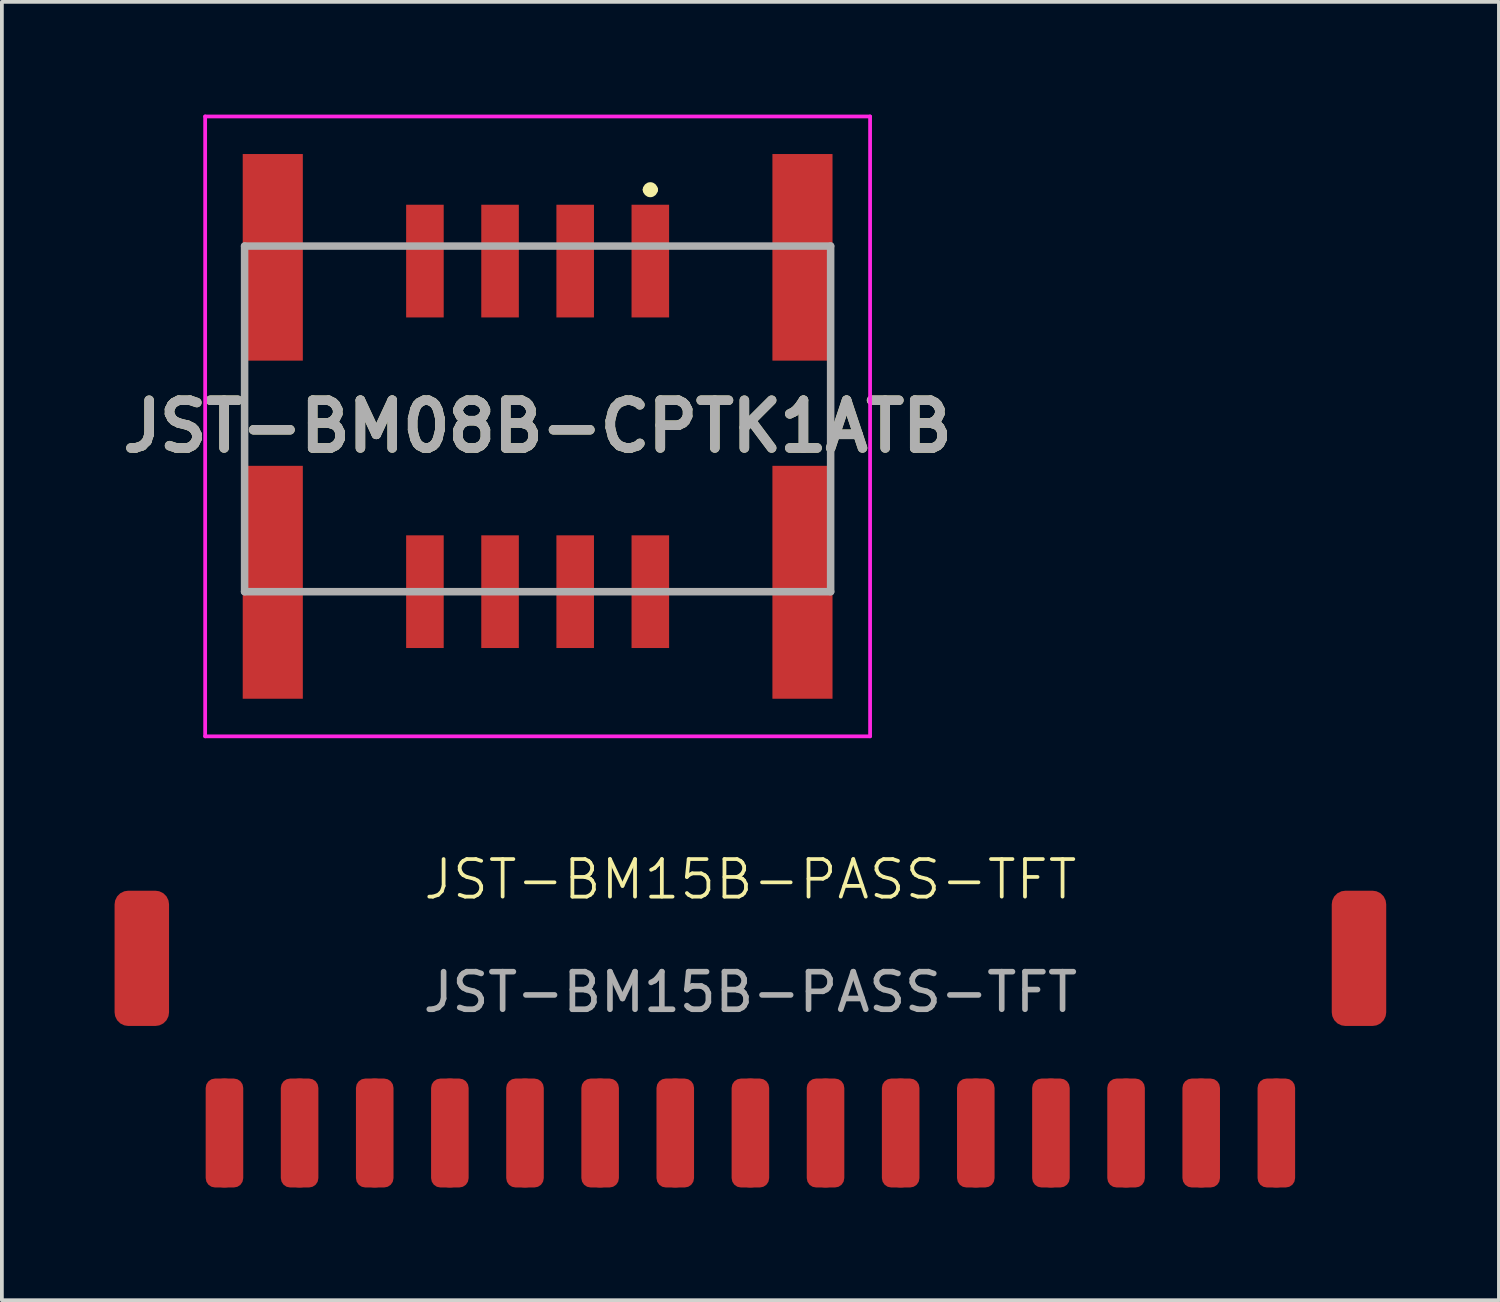
<source format=kicad_pcb>
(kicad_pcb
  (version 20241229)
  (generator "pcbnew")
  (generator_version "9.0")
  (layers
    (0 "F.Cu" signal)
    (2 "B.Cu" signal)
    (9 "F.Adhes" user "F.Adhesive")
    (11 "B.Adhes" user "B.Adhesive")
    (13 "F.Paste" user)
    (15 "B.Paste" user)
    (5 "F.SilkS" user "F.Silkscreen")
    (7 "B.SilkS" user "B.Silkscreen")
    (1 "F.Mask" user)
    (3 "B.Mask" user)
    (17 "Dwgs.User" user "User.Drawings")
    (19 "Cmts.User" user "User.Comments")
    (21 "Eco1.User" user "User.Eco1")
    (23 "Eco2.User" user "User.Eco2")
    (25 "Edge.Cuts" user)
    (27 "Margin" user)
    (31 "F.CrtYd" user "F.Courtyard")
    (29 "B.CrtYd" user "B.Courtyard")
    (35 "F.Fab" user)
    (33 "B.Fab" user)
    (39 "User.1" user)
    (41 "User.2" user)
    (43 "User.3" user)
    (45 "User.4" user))
  (footprint "JST-BM08B-CPTK1ATB"
    (layer "F.Cu")
    (at 11.261 8.3)
    (property "Reference" "JST-BM08B-CPTK1ATB" (at 0 0 0) (layer "F.SilkS") (effects (font (size 1.27 1.27) (thickness 0.254))))
    (attr smd)
    (fp_line (start -7.8 -1) (end -7.8 0.5) (stroke (width 0.1) (type solid)) (layer "F.SilkS"))
    (fp_line (start -6 -4.8) (end -4 -4.8) (stroke (width 0.1) (type solid)) (layer "F.SilkS"))
    (fp_line (start -6 4.4) (end -4 4.4) (stroke (width 0.1) (type solid)) (layer "F.SilkS"))
    (fp_line (start 2.9 -6.3) (end 2.9 -6.3) (stroke (width 0.2) (type solid)) (layer "F.SilkS"))
    (fp_line (start 3.1 -6.3) (end 3.1 -6.3) (stroke (width 0.2) (type solid)) (layer "F.SilkS"))
    (fp_line (start 4 -4.8) (end 6 -4.8) (stroke (width 0.1) (type solid)) (layer "F.SilkS"))
    (fp_line (start 4 4.4) (end 4 4.4) (stroke (width 0.1) (type solid)) (layer "F.SilkS"))
    (fp_line (start 4 4.4) (end 6 4.4) (stroke (width 0.1) (type solid)) (layer "F.SilkS"))
    (fp_line (start 7.8 -1) (end 7.8 0.5) (stroke (width 0.1) (type solid)) (layer "F.SilkS"))
    (fp_arc (start 2.9 -6.3) (mid 3 -6.4) (end 3.1 -6.3) (stroke (width 0.2) (type solid)) (layer "F.SilkS"))
    (fp_arc (start 3.1 -6.3) (mid 3 -6.2) (end 2.9 -6.3) (stroke (width 0.2) (type solid)) (layer "F.SilkS"))
    (fp_line (start -8.85 -8.25) (end 8.85 -8.25) (stroke (width 0.1) (type solid)) (layer "F.CrtYd"))
    (fp_line (start -8.85 8.25) (end -8.85 -8.25) (stroke (width 0.1) (type solid)) (layer "F.CrtYd"))
    (fp_line (start 8.85 -8.25) (end 8.85 8.25) (stroke (width 0.1) (type solid)) (layer "F.CrtYd"))
    (fp_line (start 8.85 8.25) (end -8.85 8.25) (stroke (width 0.1) (type solid)) (layer "F.CrtYd"))
    (fp_line (start -7.8 -4.8) (end 7.8 -4.8) (stroke (width 0.2) (type solid)) (layer "F.Fab"))
    (fp_line (start -7.8 4.4) (end -7.8 -4.8) (stroke (width 0.2) (type solid)) (layer "F.Fab"))
    (fp_line (start 7.8 -4.8) (end 7.8 4.4) (stroke (width 0.2) (type solid)) (layer "F.Fab"))
    (fp_line (start 7.8 4.4) (end -7.8 4.4) (stroke (width 0.2) (type solid)) (layer "F.Fab"))
    (fp_text user "${REFERENCE}" (at 0 0 0) (layer "F.Fab") (effects (font (size 1.27 1.27) (thickness 0.254))))
    (pad "1" smd rect (at 3 -4.4) (size 1 3) (layers "F.Cu" "F.Mask" "F.Paste"))
    (pad "2" smd rect (at 1 -4.4) (size 1 3) (layers "F.Cu" "F.Mask" "F.Paste"))
    (pad "3" smd rect (at -1 -4.4) (size 1 3) (layers "F.Cu" "F.Mask" "F.Paste"))
    (pad "4" smd rect (at -3 -4.4) (size 1 3) (layers "F.Cu" "F.Mask" "F.Paste"))
    (pad "5" smd rect (at 3 4.4) (size 1 3) (layers "F.Cu" "F.Mask" "F.Paste"))
    (pad "6" smd rect (at 1 4.4) (size 1 3) (layers "F.Cu" "F.Mask" "F.Paste"))
    (pad "7" smd rect (at -1 4.4) (size 1 3) (layers "F.Cu" "F.Mask" "F.Paste"))
    (pad "8" smd rect (at -3 4.4) (size 1 3) (layers "F.Cu" "F.Mask" "F.Paste"))
    (pad "9" smd rect (at -7.05 -4.5) (size 1.6 5.5) (layers "F.Cu" "F.Mask" "F.Paste"))
    (pad "10" smd rect (at -7.05 4.15) (size 1.6 6.2) (layers "F.Cu" "F.Mask" "F.Paste"))
    (pad "11" smd rect (at 7.05 -4.5) (size 1.6 5.5) (layers "F.Cu" "F.Mask" "F.Paste"))
    (pad "12" smd rect (at 7.05 4.15) (size 1.6 6.2) (layers "F.Cu" "F.Mask" "F.Paste")))
  (footprint "JST-BM15B-PASS-TFT"
    (layer "F.Cu")
    (at 16.925 22.36)
    (property "Reference" "JST-BM15B-PASS-TFT" (at 0 -2 0) (unlocked yes) (layer "F.SilkS") (effects (font (size 1 1) (thickness 0.1))))
    (attr smd)
    (fp_text user "${REFERENCE}" (at 0 1 0) (unlocked yes) (layer "F.Fab") (effects (font (size 1 1) (thickness 0.15))))
    (pad "1" smd circle (at -14 3.7 180) (size 0.8 0.8) (layers "F.Cu" "Eco2.User"))
    (pad "1" smd circle (at -14 4.75 180) (size 0.8 0.8) (layers "F.Cu" "Eco2.User"))
    (pad "1" smd roundrect (at -14 4.75 180) (size 1 2.9) (layers "F.Cu" "F.Mask") (roundrect_rratio 0.25))
    (pad "1" smd circle (at -14 5.8 180) (size 0.8 0.8) (layers "F.Cu" "Eco2.User"))
    (pad "2" smd circle (at -12 3.7 180) (size 0.8 0.8) (layers "F.Cu" "Eco2.User"))
    (pad "2" smd circle (at -12 4.75 180) (size 0.8 0.8) (layers "F.Cu" "Eco2.User"))
    (pad "2" smd roundrect (at -12 4.75 180) (size 1 2.9) (layers "F.Cu" "F.Mask") (roundrect_rratio 0.25))
    (pad "2" smd circle (at -12 5.8 180) (size 0.8 0.8) (layers "F.Cu" "Eco2.User"))
    (pad "3" smd circle (at -10 3.7 180) (size 0.8 0.8) (layers "F.Cu" "Eco2.User"))
    (pad "3" smd circle (at -10 4.75 180) (size 0.8 0.8) (layers "F.Cu" "Eco2.User"))
    (pad "3" smd roundrect (at -10 4.75 180) (size 1 2.9) (layers "F.Cu" "F.Mask") (roundrect_rratio 0.25))
    (pad "3" smd circle (at -10 5.8 180) (size 0.8 0.8) (layers "F.Cu" "Eco2.User"))
    (pad "4" smd circle (at -8 3.7 180) (size 0.8 0.8) (layers "F.Cu" "Eco2.User"))
    (pad "4" smd circle (at -8 4.75 180) (size 0.8 0.8) (layers "F.Cu" "Eco2.User"))
    (pad "4" smd roundrect (at -8 4.75 180) (size 1 2.9) (layers "F.Cu" "F.Mask") (roundrect_rratio 0.25))
    (pad "4" smd circle (at -8 5.8 180) (size 0.8 0.8) (layers "F.Cu" "Eco2.User"))
    (pad "5" smd circle (at -6 3.7 180) (size 0.8 0.8) (layers "F.Cu" "Eco2.User"))
    (pad "5" smd circle (at -6 4.75 180) (size 0.8 0.8) (layers "F.Cu" "Eco2.User"))
    (pad "5" smd roundrect (at -6 4.75 180) (size 1 2.9) (layers "F.Cu" "F.Mask") (roundrect_rratio 0.25))
    (pad "5" smd circle (at -6 5.8 180) (size 0.8 0.8) (layers "F.Cu" "Eco2.User"))
    (pad "6" smd circle (at -4 3.7 180) (size 0.8 0.8) (layers "F.Cu" "Eco2.User"))
    (pad "6" smd circle (at -4 4.75 180) (size 0.8 0.8) (layers "F.Cu" "Eco2.User"))
    (pad "6" smd roundrect (at -4 4.75 180) (size 1 2.9) (layers "F.Cu" "F.Mask") (roundrect_rratio 0.25))
    (pad "6" smd circle (at -4 5.8 180) (size 0.8 0.8) (layers "F.Cu" "Eco2.User"))
    (pad "7" smd circle (at -2 3.7 180) (size 0.8 0.8) (layers "F.Cu" "Eco2.User"))
    (pad "7" smd circle (at -2 4.75 180) (size 0.8 0.8) (layers "F.Cu" "Eco2.User"))
    (pad "7" smd roundrect (at -2 4.75 180) (size 1 2.9) (layers "F.Cu" "F.Mask") (roundrect_rratio 0.25))
    (pad "7" smd circle (at -2 5.8 180) (size 0.8 0.8) (layers "F.Cu" "Eco2.User"))
    (pad "8" smd circle (at 0 3.7 180) (size 0.8 0.8) (layers "F.Cu" "Eco2.User"))
    (pad "8" smd circle (at 0 4.75 180) (size 0.8 0.8) (layers "F.Cu" "Eco2.User"))
    (pad "8" smd roundrect (at 0 4.75 180) (size 1 2.9) (layers "F.Cu" "F.Mask") (roundrect_rratio 0.25))
    (pad "8" smd circle (at 0 5.8 180) (size 0.8 0.8) (layers "F.Cu" "Eco2.User"))
    (pad "9" smd circle (at 2 3.7 180) (size 0.8 0.8) (layers "F.Cu" "Eco2.User"))
    (pad "9" smd circle (at 2 4.75 180) (size 0.8 0.8) (layers "F.Cu" "Eco2.User"))
    (pad "9" smd roundrect (at 2 4.75 180) (size 1 2.9) (layers "F.Cu" "F.Mask") (roundrect_rratio 0.25))
    (pad "9" smd circle (at 2 5.8 180) (size 0.8 0.8) (layers "F.Cu" "Eco2.User"))
    (pad "10" smd circle (at 4 3.7 180) (size 0.8 0.8) (layers "F.Cu" "Eco2.User"))
    (pad "10" smd circle (at 4 4.75 180) (size 0.8 0.8) (layers "F.Cu" "Eco2.User"))
    (pad "10" smd roundrect (at 4 4.75 180) (size 1 2.9) (layers "F.Cu" "F.Mask") (roundrect_rratio 0.25))
    (pad "10" smd circle (at 4 5.8 180) (size 0.8 0.8) (layers "F.Cu" "Eco2.User"))
    (pad "11" smd circle (at 6 3.7 180) (size 0.8 0.8) (layers "F.Cu" "Eco2.User"))
    (pad "11" smd circle (at 6 4.75 180) (size 0.8 0.8) (layers "F.Cu" "Eco2.User"))
    (pad "11" smd roundrect (at 6 4.75 180) (size 1 2.9) (layers "F.Cu" "F.Mask") (roundrect_rratio 0.25))
    (pad "11" smd circle (at 6 5.8 180) (size 0.8 0.8) (layers "F.Cu" "Eco2.User"))
    (pad "12" smd circle (at 8 3.7 180) (size 0.8 0.8) (layers "F.Cu" "Eco2.User"))
    (pad "12" smd circle (at 8 4.75 180) (size 0.8 0.8) (layers "F.Cu" "Eco2.User"))
    (pad "12" smd roundrect (at 8 4.75 180) (size 1 2.9) (layers "F.Cu" "F.Mask") (roundrect_rratio 0.25))
    (pad "12" smd circle (at 8 5.8 180) (size 0.8 0.8) (layers "F.Cu" "Eco2.User"))
    (pad "13" smd circle (at 10 3.7 180) (size 0.8 0.8) (layers "F.Cu" "Eco2.User"))
    (pad "13" smd circle (at 10 4.75 180) (size 0.8 0.8) (layers "F.Cu" "Eco2.User"))
    (pad "13" smd roundrect (at 10 4.75 180) (size 1 2.9) (layers "F.Cu" "F.Mask") (roundrect_rratio 0.25))
    (pad "13" smd circle (at 10 5.8 180) (size 0.8 0.8) (layers "F.Cu" "Eco2.User"))
    (pad "14" smd circle (at 12 3.7 180) (size 0.8 0.8) (layers "F.Cu" "Eco2.User"))
    (pad "14" smd circle (at 12 4.75 180) (size 0.8 0.8) (layers "F.Cu" "Eco2.User"))
    (pad "14" smd roundrect (at 12 4.75 180) (size 1 2.9) (layers "F.Cu" "F.Mask") (roundrect_rratio 0.25))
    (pad "14" smd circle (at 12 5.8 180) (size 0.8 0.8) (layers "F.Cu" "Eco2.User"))
    (pad "15" smd circle (at 14 3.7 180) (size 0.8 0.8) (layers "F.Cu" "Eco2.User"))
    (pad "15" smd circle (at 14 4.75 180) (size 0.8 0.8) (layers "F.Cu" "Eco2.User"))
    (pad "15" smd roundrect (at 14 4.75 180) (size 1 2.9) (layers "F.Cu" "F.Mask") (roundrect_rratio 0.25))
    (pad "15" smd circle (at 14 5.8 180) (size 0.8 0.8) (layers "F.Cu" "Eco2.User"))
    (pad "N" smd circle (at -16.2 -1.1 180) (size 1 1) (layers "F.Cu" "Eco2.User"))
    (pad "N" smd circle (at -16.2 0.1 180) (size 1 1) (layers "F.Cu" "Eco2.User"))
    (pad "N" smd roundrect (at -16.2 0.1 180) (size 1.45 3.6) (layers "F.Cu" "F.Mask") (roundrect_rratio 0.25))
    (pad "N" smd circle (at -16.2 1.3 180) (size 1 1) (layers "F.Cu" "Eco2.User"))
    (pad "N" smd circle (at 16.2 -1.1 180) (size 1 1) (layers "F.Cu" "Eco2.User"))
    (pad "N" smd circle (at 16.2 0.1 180) (size 1 1) (layers "F.Cu" "Eco2.User"))
    (pad "N" smd roundrect (at 16.2 0.1 180) (size 1.45 3.6) (layers "F.Cu" "F.Mask") (roundrect_rratio 0.25))
    (pad "N" smd circle (at 16.2 1.3 180) (size 1 1) (layers "F.Cu" "Eco2.User")))
  (gr_rect
    (start -3 -3)
    (end 36.85 31.561)
    (stroke (width 0.1) (type default))
    (fill no)
    (layer "Edge.Cuts")))
</source>
